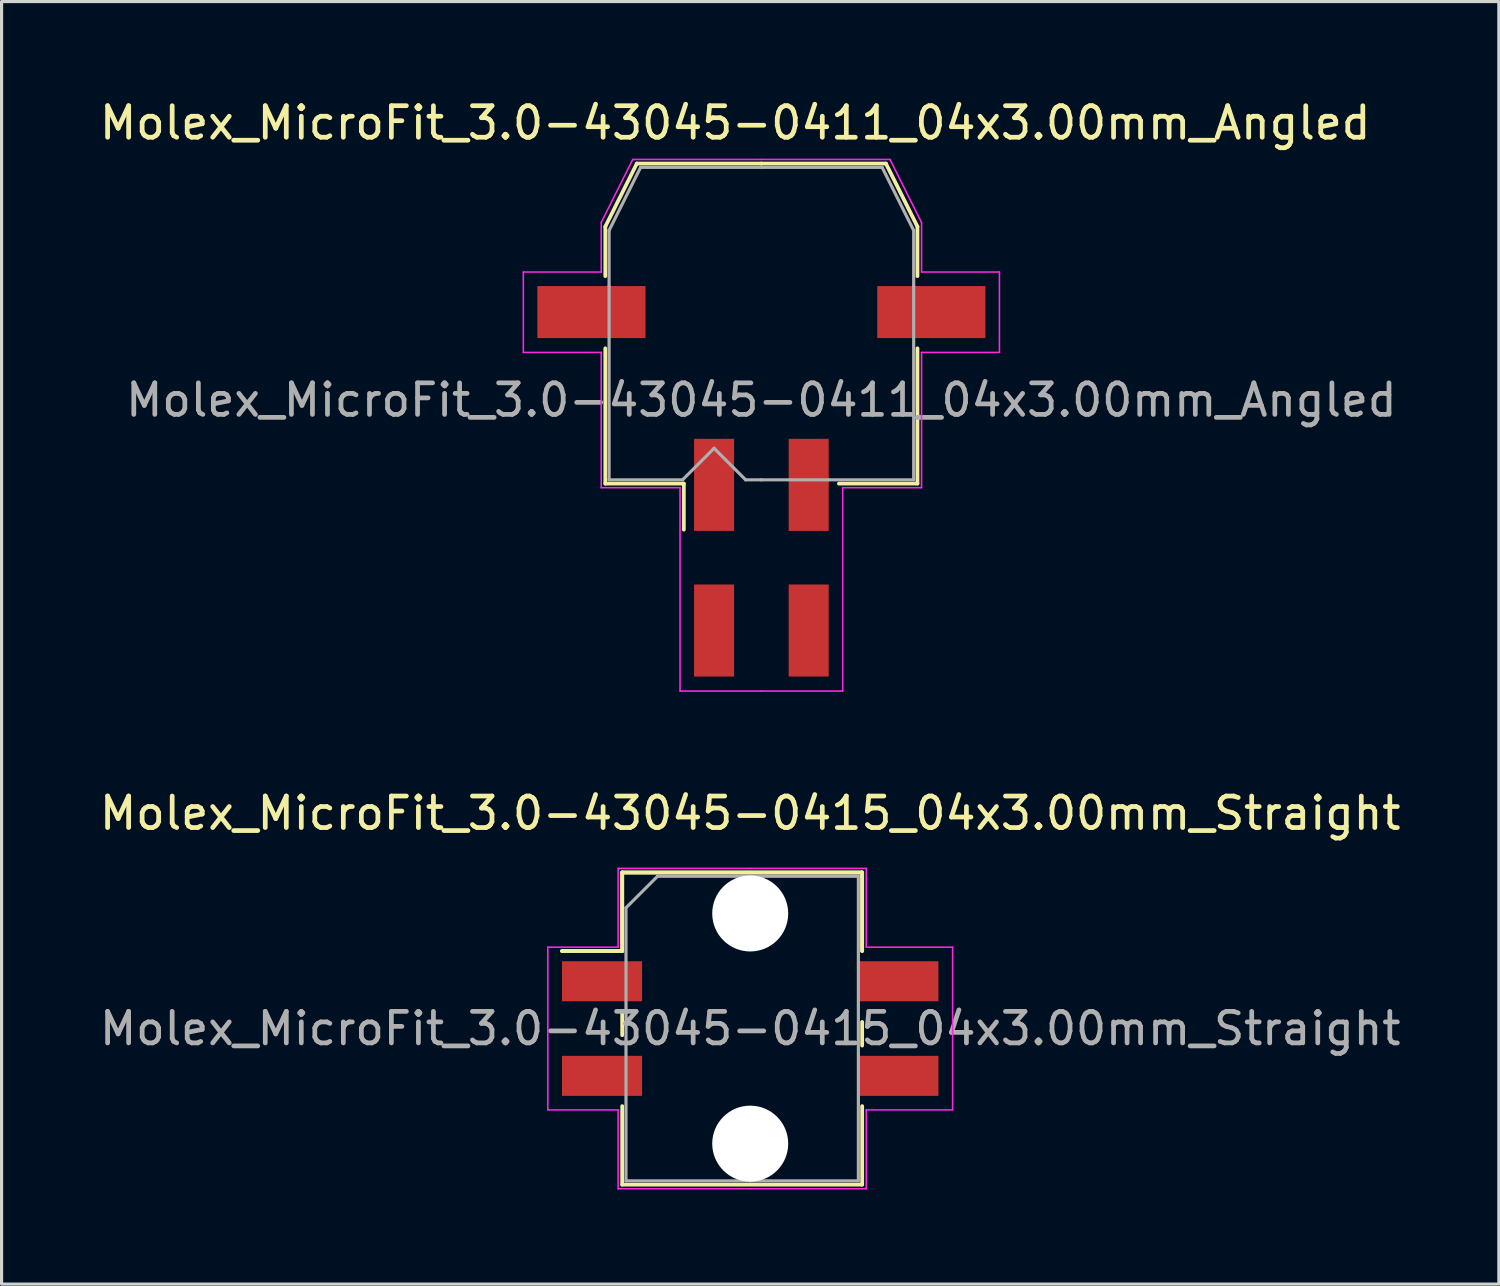
<source format=kicad_pcb>
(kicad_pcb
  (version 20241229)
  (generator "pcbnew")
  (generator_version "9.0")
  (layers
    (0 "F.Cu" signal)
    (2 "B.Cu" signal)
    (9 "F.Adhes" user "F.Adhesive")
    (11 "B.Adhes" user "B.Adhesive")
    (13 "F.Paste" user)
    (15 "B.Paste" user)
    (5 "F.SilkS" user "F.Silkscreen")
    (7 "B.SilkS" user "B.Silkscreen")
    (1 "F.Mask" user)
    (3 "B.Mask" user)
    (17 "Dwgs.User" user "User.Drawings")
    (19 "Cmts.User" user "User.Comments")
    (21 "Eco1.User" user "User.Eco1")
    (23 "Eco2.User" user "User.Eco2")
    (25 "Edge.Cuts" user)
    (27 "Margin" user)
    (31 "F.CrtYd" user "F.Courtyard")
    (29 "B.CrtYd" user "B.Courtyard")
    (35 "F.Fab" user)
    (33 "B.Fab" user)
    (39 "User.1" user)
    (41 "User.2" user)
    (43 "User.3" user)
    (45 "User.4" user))
  (footprint "Molex_MicroFit_3.0-43045-0415_04x3.00mm_Straight"
    (layer "F.Cu")
    (at 20.744 29.572)
    (property "Reference" "Molex_MicroFit_3.0-43045-0415_04x3.00mm_Straight" (at 0 -6.83 0) (layer "F.SilkS") (effects (font (size 1 1) (thickness 0.15))))
    (attr smd)
    (fp_line (start -5.97 -2.46) (end -4.06 -2.46) (stroke (width 0.12) (type solid)) (layer "F.SilkS"))
    (fp_line (start -5.97 -2.46) (end -4.06 -2.46) (stroke (width 0.12) (type solid)) (layer "F.SilkS"))
    (fp_line (start -4.06 -4.95) (end 3.55 -4.95) (stroke (width 0.12) (type solid)) (layer "F.SilkS"))
    (fp_line (start -4.06 -4.95) (end 3.55 -4.95) (stroke (width 0.12) (type solid)) (layer "F.SilkS"))
    (fp_line (start -4.06 -2.46) (end -4.06 -4.95) (stroke (width 0.12) (type solid)) (layer "F.SilkS"))
    (fp_line (start -4.06 -2.46) (end -4.06 -4.95) (stroke (width 0.12) (type solid)) (layer "F.SilkS"))
    (fp_line (start -4.06 -0.54) (end -4.06 0.21) (stroke (width 0.12) (type solid)) (layer "F.SilkS"))
    (fp_line (start -4.06 4.95) (end -4.06 2.46) (stroke (width 0.12) (type solid)) (layer "F.SilkS"))
    (fp_line (start 3.55 -4.95) (end 3.55 -2.46) (stroke (width 0.12) (type solid)) (layer "F.SilkS"))
    (fp_line (start 3.55 -4.95) (end 3.55 -2.46) (stroke (width 0.12) (type solid)) (layer "F.SilkS"))
    (fp_line (start 3.55 0.54) (end 3.55 -0.21) (stroke (width 0.12) (type solid)) (layer "F.SilkS"))
    (fp_line (start 3.55 2.46) (end 3.55 4.95) (stroke (width 0.12) (type solid)) (layer "F.SilkS"))
    (fp_line (start 3.55 4.95) (end -4.06 4.95) (stroke (width 0.12) (type solid)) (layer "F.SilkS"))
    (fp_line (start -6.42 -2.58) (end -4.19 -2.58) (stroke (width 0.05) (type solid)) (layer "F.CrtYd"))
    (fp_line (start -6.42 2.58) (end -6.42 -2.58) (stroke (width 0.05) (type solid)) (layer "F.CrtYd"))
    (fp_line (start -4.19 -5.08) (end 0 -5.08) (stroke (width 0.05) (type solid)) (layer "F.CrtYd"))
    (fp_line (start -4.19 -2.58) (end -4.19 -5.08) (stroke (width 0.05) (type solid)) (layer "F.CrtYd"))
    (fp_line (start -4.19 2.58) (end -6.42 2.58) (stroke (width 0.05) (type solid)) (layer "F.CrtYd"))
    (fp_line (start -4.19 5.08) (end -4.19 2.58) (stroke (width 0.05) (type solid)) (layer "F.CrtYd"))
    (fp_line (start 0 -5.08) (end 3.68 -5.08) (stroke (width 0.05) (type solid)) (layer "F.CrtYd"))
    (fp_line (start 0 5.08) (end -4.19 5.08) (stroke (width 0.05) (type solid)) (layer "F.CrtYd"))
    (fp_line (start 3.68 -5.08) (end 3.68 -2.58) (stroke (width 0.05) (type solid)) (layer "F.CrtYd"))
    (fp_line (start 3.68 -2.58) (end 6.42 -2.58) (stroke (width 0.05) (type solid)) (layer "F.CrtYd"))
    (fp_line (start 3.68 2.58) (end 3.68 5.08) (stroke (width 0.05) (type solid)) (layer "F.CrtYd"))
    (fp_line (start 3.68 5.08) (end 0 5.08) (stroke (width 0.05) (type solid)) (layer "F.CrtYd"))
    (fp_line (start 6.42 -2.58) (end 6.42 2.58) (stroke (width 0.05) (type solid)) (layer "F.CrtYd"))
    (fp_line (start 6.42 2.58) (end 3.68 2.58) (stroke (width 0.05) (type solid)) (layer "F.CrtYd"))
    (fp_line (start -3.94 -3.83) (end -2.94 -4.83) (stroke (width 0.1) (type solid)) (layer "F.Fab"))
    (fp_line (start -3.94 4.83) (end -3.94 -3.83) (stroke (width 0.1) (type solid)) (layer "F.Fab"))
    (fp_line (start -2.94 -4.83) (end 0 -4.83) (stroke (width 0.1) (type solid)) (layer "F.Fab"))
    (fp_line (start 0 -4.83) (end 3.43 -4.83) (stroke (width 0.1) (type solid)) (layer "F.Fab"))
    (fp_line (start 0 4.83) (end -3.94 4.83) (stroke (width 0.1) (type solid)) (layer "F.Fab"))
    (fp_line (start 3.43 -4.83) (end 3.43 4.83) (stroke (width 0.1) (type solid)) (layer "F.Fab"))
    (fp_line (start 3.43 4.83) (end 0 4.83) (stroke (width 0.1) (type solid)) (layer "F.Fab"))
    (fp_text user "${REFERENCE}" (at 0 0 0) (layer "F.Fab") (effects (font (size 1 1) (thickness 0.15))))
    (pad "" np_thru_hole circle (at 0 -3.65) (size 2.41 2.41) (drill 2.41) (layers "*.Cu"))
    (pad "" np_thru_hole circle (at 0 3.65) (size 2.41 2.41) (drill 2.41) (layers "*.Cu"))
    (pad "1" smd rect (at -4.7 -1.5) (size 2.54 1.27) (layers "F.Cu" "F.Mask" "F.Paste"))
    (pad "2" smd rect (at -4.7 1.5) (size 2.54 1.27) (layers "F.Cu" "F.Mask" "F.Paste"))
    (pad "3" smd rect (at 4.7 1.5) (size 2.54 1.27) (layers "F.Cu" "F.Mask" "F.Paste"))
    (pad "4" smd rect (at 4.7 -1.5) (size 2.54 1.27) (layers "F.Cu" "F.Mask" "F.Paste")))
  (footprint "Molex_MicroFit_3.0-43045-0411_04x3.00mm_Angled"
    (layer "F.Cu")
    (at 21.098 14.638)
    (property "Reference" "Molex_MicroFit_3.0-43045-0411_04x3.00mm_Angled" (at -0.83 -13.79 0) (layer "F.SilkS") (effects (font (size 1 1) (thickness 0.15))))
    (attr smd)
    (fp_line (start -4.95 -10.5) (end -4.95 -8.93) (stroke (width 0.12) (type solid)) (layer "F.SilkS"))
    (fp_line (start -4.95 -6.64) (end -4.95 -2.35) (stroke (width 0.12) (type solid)) (layer "F.SilkS"))
    (fp_line (start -4.95 -2.35) (end -2.46 -2.35) (stroke (width 0.12) (type solid)) (layer "F.SilkS"))
    (fp_line (start -3.95 -12.5) (end -4.95 -10.5) (stroke (width 0.12) (type solid)) (layer "F.SilkS"))
    (fp_line (start -2.46 -2.35) (end -2.46 -0.89) (stroke (width 0.12) (type solid)) (layer "F.SilkS"))
    (fp_line (start 0 -12.5) (end -3.95 -12.5) (stroke (width 0.12) (type solid)) (layer "F.SilkS"))
    (fp_line (start 0 -12.5) (end 3.95 -12.5) (stroke (width 0.12) (type solid)) (layer "F.SilkS"))
    (fp_line (start 3.95 -12.5) (end 4.95 -10.5) (stroke (width 0.12) (type solid)) (layer "F.SilkS"))
    (fp_line (start 4.95 -10.5) (end 4.95 -8.93) (stroke (width 0.12) (type solid)) (layer "F.SilkS"))
    (fp_line (start 4.95 -6.64) (end 4.95 -2.35) (stroke (width 0.12) (type solid)) (layer "F.SilkS"))
    (fp_line (start 4.95 -2.35) (end 2.46 -2.35) (stroke (width 0.12) (type solid)) (layer "F.SilkS"))
    (fp_line (start -7.55 -9.06) (end -7.55 -6.51) (stroke (width 0.05) (type solid)) (layer "F.CrtYd"))
    (fp_line (start -7.55 -6.51) (end -5.08 -6.51) (stroke (width 0.05) (type solid)) (layer "F.CrtYd"))
    (fp_line (start -5.08 -10.63) (end -5.08 -9.06) (stroke (width 0.05) (type solid)) (layer "F.CrtYd"))
    (fp_line (start -5.08 -9.06) (end -7.55 -9.06) (stroke (width 0.05) (type solid)) (layer "F.CrtYd"))
    (fp_line (start -5.08 -6.51) (end -5.08 -2.22) (stroke (width 0.05) (type solid)) (layer "F.CrtYd"))
    (fp_line (start -5.08 -2.22) (end -2.58 -2.22) (stroke (width 0.05) (type solid)) (layer "F.CrtYd"))
    (fp_line (start -4.08 -12.63) (end -5.08 -10.63) (stroke (width 0.05) (type solid)) (layer "F.CrtYd"))
    (fp_line (start -2.58 -2.22) (end -2.58 4.23) (stroke (width 0.05) (type solid)) (layer "F.CrtYd"))
    (fp_line (start -2.58 4.23) (end 0 4.23) (stroke (width 0.05) (type solid)) (layer "F.CrtYd"))
    (fp_line (start 0 -12.63) (end -4.08 -12.63) (stroke (width 0.05) (type solid)) (layer "F.CrtYd"))
    (fp_line (start 0 -12.63) (end 4.08 -12.63) (stroke (width 0.05) (type solid)) (layer "F.CrtYd"))
    (fp_line (start 2.58 -2.22) (end 2.58 4.23) (stroke (width 0.05) (type solid)) (layer "F.CrtYd"))
    (fp_line (start 2.58 4.23) (end 0 4.23) (stroke (width 0.05) (type solid)) (layer "F.CrtYd"))
    (fp_line (start 4.08 -12.63) (end 5.08 -10.63) (stroke (width 0.05) (type solid)) (layer "F.CrtYd"))
    (fp_line (start 5.08 -10.63) (end 5.08 -9.06) (stroke (width 0.05) (type solid)) (layer "F.CrtYd"))
    (fp_line (start 5.08 -9.06) (end 7.55 -9.06) (stroke (width 0.05) (type solid)) (layer "F.CrtYd"))
    (fp_line (start 5.08 -6.51) (end 5.08 -2.22) (stroke (width 0.05) (type solid)) (layer "F.CrtYd"))
    (fp_line (start 5.08 -2.22) (end 2.58 -2.22) (stroke (width 0.05) (type solid)) (layer "F.CrtYd"))
    (fp_line (start 7.55 -9.06) (end 7.55 -6.51) (stroke (width 0.05) (type solid)) (layer "F.CrtYd"))
    (fp_line (start 7.55 -6.51) (end 5.08 -6.51) (stroke (width 0.05) (type solid)) (layer "F.CrtYd"))
    (fp_line (start -4.83 -10.38) (end -4.83 -8.61) (stroke (width 0.1) (type solid)) (layer "F.Fab"))
    (fp_line (start -4.83 -8.61) (end -4.83 -2.47) (stroke (width 0.1) (type solid)) (layer "F.Fab"))
    (fp_line (start -4.83 -2.47) (end -2.5 -2.47) (stroke (width 0.1) (type solid)) (layer "F.Fab"))
    (fp_line (start -3.83 -12.38) (end -4.83 -10.38) (stroke (width 0.1) (type solid)) (layer "F.Fab"))
    (fp_line (start -2.5 -2.47) (end -1.5 -3.47) (stroke (width 0.1) (type solid)) (layer "F.Fab"))
    (fp_line (start -1.5 -3.47) (end -0.5 -2.47) (stroke (width 0.1) (type solid)) (layer "F.Fab"))
    (fp_line (start -0.5 -2.47) (end 0 -2.47) (stroke (width 0.1) (type solid)) (layer "F.Fab"))
    (fp_line (start 0 -12.38) (end -3.83 -12.38) (stroke (width 0.1) (type solid)) (layer "F.Fab"))
    (fp_line (start 0 -12.38) (end 3.83 -12.38) (stroke (width 0.1) (type solid)) (layer "F.Fab"))
    (fp_line (start 2.13 -2.47) (end 0 -2.47) (stroke (width 0.1) (type solid)) (layer "F.Fab"))
    (fp_line (start 3.83 -12.38) (end 4.83 -10.38) (stroke (width 0.1) (type solid)) (layer "F.Fab"))
    (fp_line (start 4.83 -10.38) (end 4.83 -8.61) (stroke (width 0.1) (type solid)) (layer "F.Fab"))
    (fp_line (start 4.83 -8.61) (end 4.83 -2.47) (stroke (width 0.1) (type solid)) (layer "F.Fab"))
    (fp_line (start 4.83 -2.47) (end 2.13 -2.47) (stroke (width 0.1) (type solid)) (layer "F.Fab"))
    (fp_text user "${REFERENCE}" (at 0 -5 0) (layer "F.Fab") (effects (font (size 1 1) (thickness 0.15))))
    (pad "" smd rect (at -5.39 -7.79) (size 3.43 1.65) (layers "F.Cu" "F.Mask" "F.Paste"))
    (pad "" smd rect (at 5.39 -7.79) (size 3.43 1.65) (layers "F.Cu" "F.Mask" "F.Paste"))
    (pad "1" smd rect (at -1.5 -2.31) (size 1.27 2.92) (layers "F.Cu" "F.Mask" "F.Paste"))
    (pad "2" smd rect (at 1.5 -2.31) (size 1.27 2.92) (layers "F.Cu" "F.Mask" "F.Paste"))
    (pad "3" smd rect (at 1.5 2.31) (size 1.27 2.92) (layers "F.Cu" "F.Mask" "F.Paste"))
    (pad "4" smd rect (at -1.5 2.31) (size 1.27 2.92) (layers "F.Cu" "F.Mask" "F.Paste")))
  (gr_rect
    (start -3 -3)
    (end 44.488 37.676)
    (stroke (width 0.1) (type default))
    (fill no)
    (layer "Edge.Cuts")))
</source>
